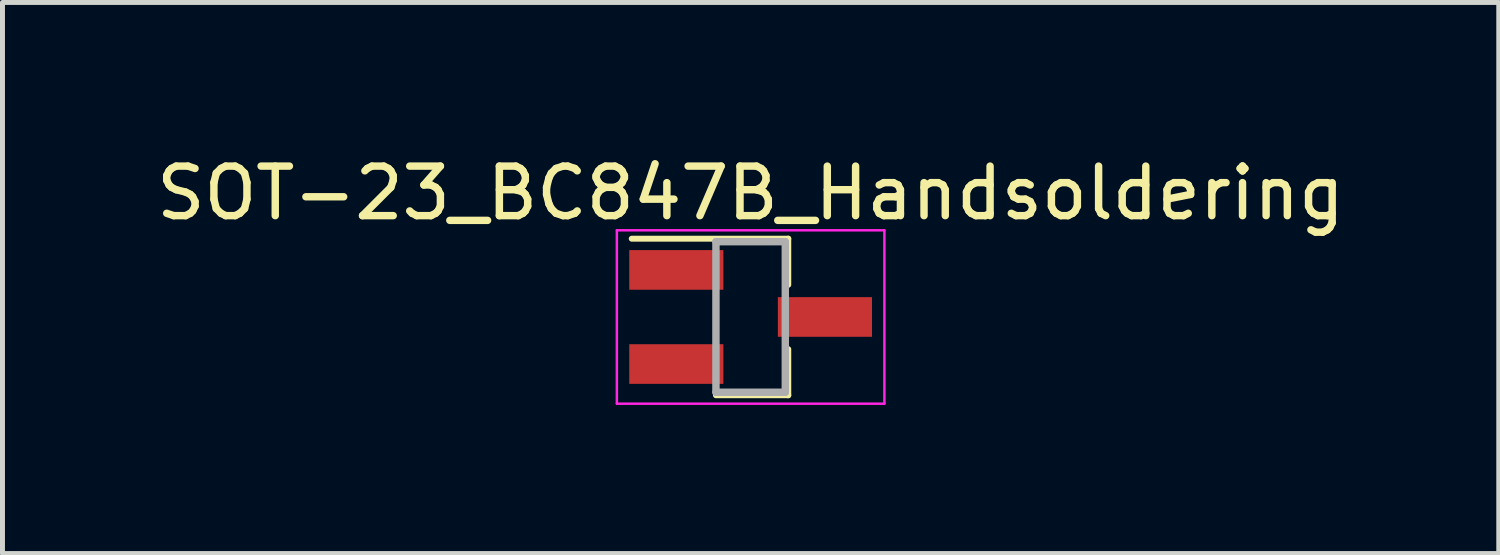
<source format=kicad_pcb>
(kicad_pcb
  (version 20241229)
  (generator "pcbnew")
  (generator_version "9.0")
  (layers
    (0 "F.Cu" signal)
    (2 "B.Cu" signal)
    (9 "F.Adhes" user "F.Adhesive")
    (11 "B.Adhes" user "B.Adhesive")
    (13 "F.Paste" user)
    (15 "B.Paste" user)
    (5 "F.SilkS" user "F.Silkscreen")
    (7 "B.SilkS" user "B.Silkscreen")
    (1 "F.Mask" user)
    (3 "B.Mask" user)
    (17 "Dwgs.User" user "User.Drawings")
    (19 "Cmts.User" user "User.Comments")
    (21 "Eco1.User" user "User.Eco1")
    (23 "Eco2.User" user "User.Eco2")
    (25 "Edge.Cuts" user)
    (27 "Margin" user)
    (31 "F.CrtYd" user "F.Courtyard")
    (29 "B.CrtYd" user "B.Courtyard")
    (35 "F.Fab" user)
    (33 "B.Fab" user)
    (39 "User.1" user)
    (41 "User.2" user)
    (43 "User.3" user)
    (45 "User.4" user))
  (footprint "SOT-23_BC847B_Handsoldering"
    (layer "F.Cu")
    (at 12.101 3.348)
    (property "Reference" "SOT-23_BC847B_Handsoldering" (at 0 -2.5 0) (layer "F.SilkS") (effects (font (size 1 1) (thickness 0.15))))
    (attr smd)
    (fp_line (start 0.76 -1.58) (end -2.4 -1.58) (stroke (width 0.12) (type solid)) (layer "F.SilkS"))
    (fp_line (start 0.76 -1.58) (end 0.76 -0.65) (stroke (width 0.12) (type solid)) (layer "F.SilkS"))
    (fp_line (start 0.76 1.58) (end -0.7 1.58) (stroke (width 0.12) (type solid)) (layer "F.SilkS"))
    (fp_line (start 0.76 1.58) (end 0.76 0.65) (stroke (width 0.12) (type solid)) (layer "F.SilkS"))
    (fp_line (start -2.7 -1.75) (end 2.7 -1.75) (stroke (width 0.05) (type solid)) (layer "F.CrtYd"))
    (fp_line (start -2.7 1.75) (end -2.7 -1.75) (stroke (width 0.05) (type solid)) (layer "F.CrtYd"))
    (fp_line (start 2.7 -1.75) (end 2.7 1.75) (stroke (width 0.05) (type solid)) (layer "F.CrtYd"))
    (fp_line (start 2.7 1.75) (end -2.7 1.75) (stroke (width 0.05) (type solid)) (layer "F.CrtYd"))
    (fp_line (start -0.7 -1.52) (end -0.7 1.52) (stroke (width 0.15) (type solid)) (layer "F.Fab"))
    (fp_line (start -0.7 -1.52) (end 0.7 -1.52) (stroke (width 0.15) (type solid)) (layer "F.Fab"))
    (fp_line (start -0.7 1.52) (end 0.7 1.52) (stroke (width 0.15) (type solid)) (layer "F.Fab"))
    (fp_line (start 0.7 -1.52) (end 0.7 1.52) (stroke (width 0.15) (type solid)) (layer "F.Fab"))
    (pad "1" smd rect (at 1.5 0) (size 1.9 0.8) (layers "F.Cu" "F.Mask" "F.Paste"))
    (pad "2" smd rect (at -1.5 -0.95) (size 1.9 0.8) (layers "F.Cu" "F.Mask" "F.Paste"))
    (pad "3" smd rect (at -1.5 0.95) (size 1.9 0.8) (layers "F.Cu" "F.Mask" "F.Paste")))
  (gr_rect
    (start -3 -3)
    (end 27.202 8.123)
    (stroke (width 0.1) (type default))
    (fill no)
    (layer "Edge.Cuts")))
</source>
